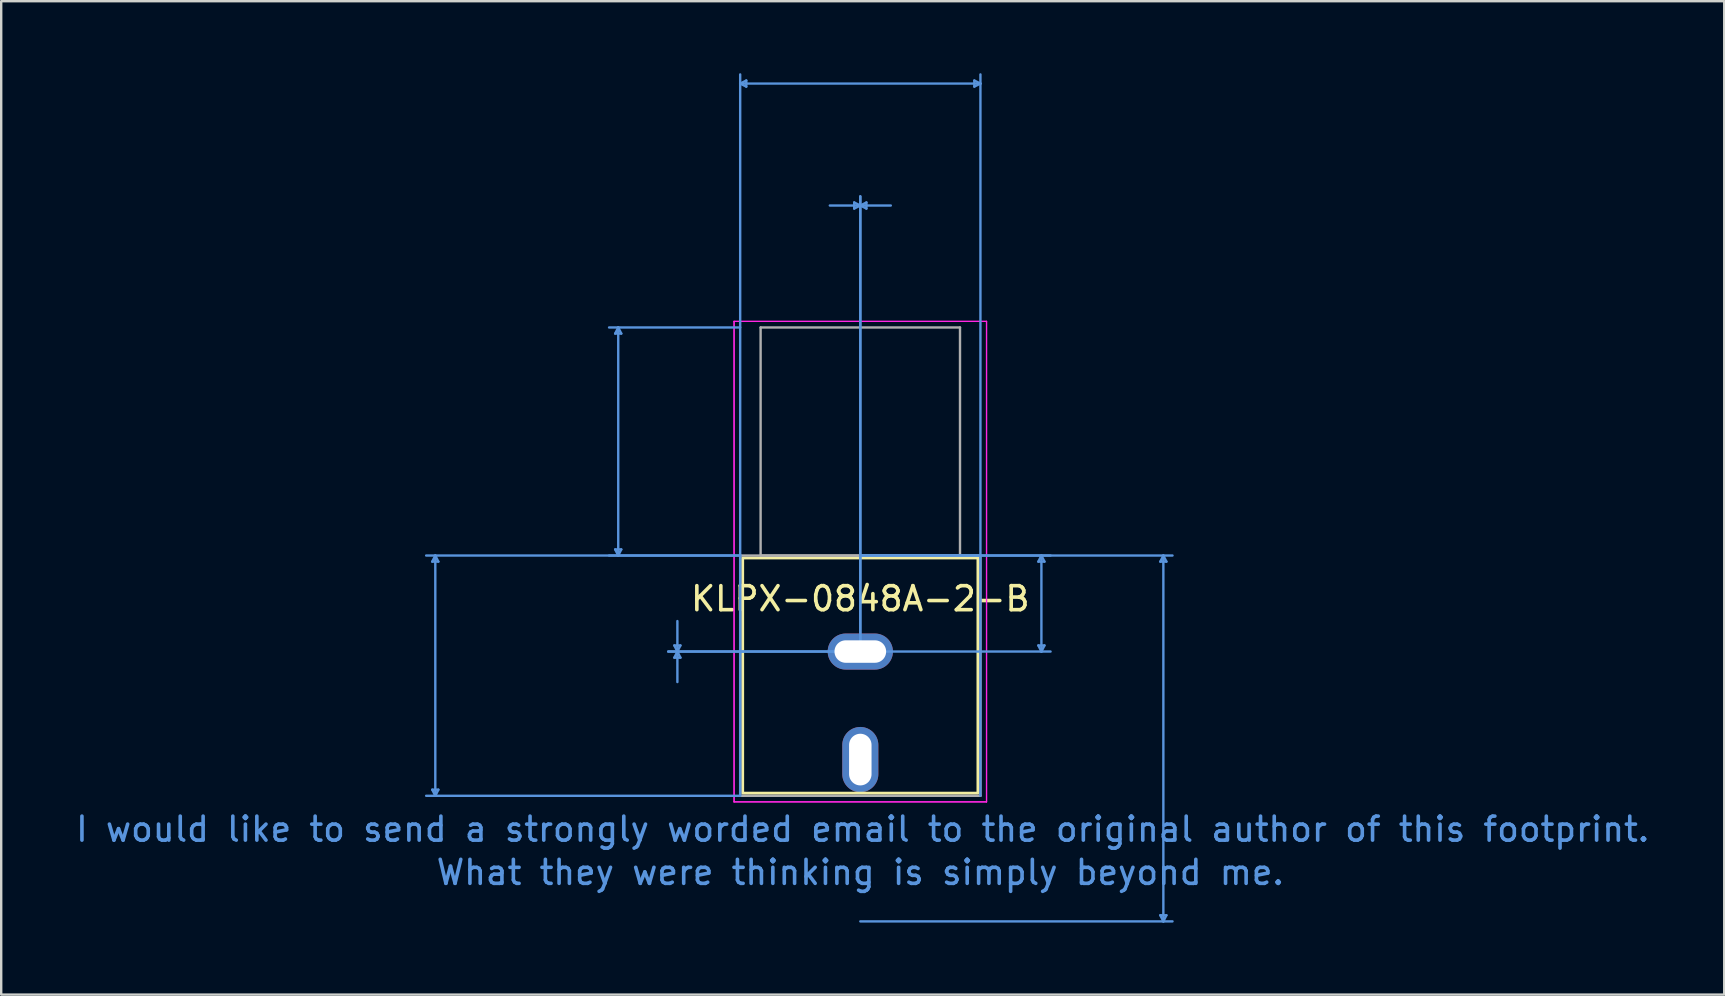
<source format=kicad_pcb>
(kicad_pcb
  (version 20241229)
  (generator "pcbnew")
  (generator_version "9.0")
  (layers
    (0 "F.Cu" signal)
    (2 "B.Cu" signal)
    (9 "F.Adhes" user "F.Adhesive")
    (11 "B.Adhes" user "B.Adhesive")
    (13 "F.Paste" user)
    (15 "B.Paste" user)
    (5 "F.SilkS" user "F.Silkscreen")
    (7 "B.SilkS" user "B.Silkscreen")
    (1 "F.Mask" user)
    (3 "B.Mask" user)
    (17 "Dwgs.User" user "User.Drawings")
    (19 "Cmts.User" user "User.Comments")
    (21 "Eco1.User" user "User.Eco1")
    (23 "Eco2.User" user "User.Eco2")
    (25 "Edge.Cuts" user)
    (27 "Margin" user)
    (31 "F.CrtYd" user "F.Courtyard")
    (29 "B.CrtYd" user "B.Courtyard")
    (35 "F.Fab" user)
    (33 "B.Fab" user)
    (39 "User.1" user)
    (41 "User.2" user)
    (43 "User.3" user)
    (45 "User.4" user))
  (footprint "KLPX-0848A-2-B"
    (layer "F.Cu")
    (at 32.787 24.091)
    (property "Reference" "KLPX-0848A-2-B" (at 0 -2.2 0) (layer "F.SilkS") (effects (font (size 1 1) (thickness 0.15))))
    (attr through_hole)
    (fp_rect (start -4.9 -3.9) (end 4.9 5.9) (stroke (width 0.12) (type solid)) (fill no) (layer "F.SilkS"))
    (fp_line (start -17.831 -3.746) (end -17.577 -3.746) (stroke (width 0.1) (type solid)) (layer "Cmts.User"))
    (fp_line (start -17.831 5.754) (end -17.577 5.754) (stroke (width 0.1) (type solid)) (layer "Cmts.User"))
    (fp_line (start -17.704 -4) (end -17.831 -3.746) (stroke (width 0.1) (type solid)) (layer "Cmts.User"))
    (fp_line (start -17.704 -4) (end -17.704 6.008) (stroke (width 0.1) (type solid)) (layer "Cmts.User"))
    (fp_line (start -17.704 -4) (end -17.577 -3.746) (stroke (width 0.1) (type solid)) (layer "Cmts.User"))
    (fp_line (start -17.704 6.008) (end -17.831 5.754) (stroke (width 0.1) (type solid)) (layer "Cmts.User"))
    (fp_line (start -17.704 6.008) (end -17.577 5.754) (stroke (width 0.1) (type solid)) (layer "Cmts.User"))
    (fp_line (start -10.211 -13.246) (end -9.957 -13.246) (stroke (width 0.1) (type solid)) (layer "Cmts.User"))
    (fp_line (start -10.211 -4.254) (end -9.957 -4.254) (stroke (width 0.1) (type solid)) (layer "Cmts.User"))
    (fp_line (start -10.084 -13.5) (end -10.211 -13.246) (stroke (width 0.1) (type solid)) (layer "Cmts.User"))
    (fp_line (start -10.084 -13.5) (end -10.084 -4) (stroke (width 0.1) (type solid)) (layer "Cmts.User"))
    (fp_line (start -10.084 -13.5) (end -9.957 -13.246) (stroke (width 0.1) (type solid)) (layer "Cmts.User"))
    (fp_line (start -10.084 -4) (end -10.211 -4.254) (stroke (width 0.1) (type solid)) (layer "Cmts.User"))
    (fp_line (start -10.084 -4) (end -9.957 -4.254) (stroke (width 0.1) (type solid)) (layer "Cmts.User"))
    (fp_line (start -7.747 -0.254) (end -7.493 -0.254) (stroke (width 0.1) (type solid)) (layer "Cmts.User"))
    (fp_line (start -7.747 0.254) (end -7.493 0.254) (stroke (width 0.1) (type solid)) (layer "Cmts.User"))
    (fp_line (start -7.62 0) (end -7.747 -0.254) (stroke (width 0.1) (type solid)) (layer "Cmts.User"))
    (fp_line (start -7.62 0) (end -7.747 0.254) (stroke (width 0.1) (type solid)) (layer "Cmts.User"))
    (fp_line (start -7.62 0) (end -7.62 -1.27) (stroke (width 0.1) (type solid)) (layer "Cmts.User"))
    (fp_line (start -7.62 0) (end -7.62 1.27) (stroke (width 0.1) (type solid)) (layer "Cmts.User"))
    (fp_line (start -7.62 0) (end -7.493 -0.254) (stroke (width 0.1) (type solid)) (layer "Cmts.User"))
    (fp_line (start -7.62 0) (end -7.493 0.254) (stroke (width 0.1) (type solid)) (layer "Cmts.User"))
    (fp_line (start -5.004 -23.66) (end -4.75 -23.787) (stroke (width 0.1) (type solid)) (layer "Cmts.User"))
    (fp_line (start -5.004 -23.66) (end -4.75 -23.533) (stroke (width 0.1) (type solid)) (layer "Cmts.User"))
    (fp_line (start -5.004 -23.66) (end 5.004 -23.66) (stroke (width 0.1) (type solid)) (layer "Cmts.User"))
    (fp_line (start -5.004 -13.5) (end -10.465 -13.5) (stroke (width 0.1) (type solid)) (layer "Cmts.User"))
    (fp_line (start -5.004 -4) (end -18.085 -4) (stroke (width 0.1) (type solid)) (layer "Cmts.User"))
    (fp_line (start -5.004 -4) (end -10.465 -4) (stroke (width 0.1) (type solid)) (layer "Cmts.User"))
    (fp_line (start -5.004 6.008) (end -18.085 6.008) (stroke (width 0.1) (type solid)) (layer "Cmts.User"))
    (fp_line (start -5.004 6.008) (end -5.004 -24.041) (stroke (width 0.1) (type solid)) (layer "Cmts.User"))
    (fp_line (start -4.75 -23.787) (end -4.75 -23.533) (stroke (width 0.1) (type solid)) (layer "Cmts.User"))
    (fp_line (start -0.254 -18.707) (end -0.254 -18.453) (stroke (width 0.1) (type solid)) (layer "Cmts.User"))
    (fp_line (start 0 -18.58) (end -1.27 -18.58) (stroke (width 0.1) (type solid)) (layer "Cmts.User"))
    (fp_line (start 0 -18.58) (end -0.254 -18.707) (stroke (width 0.1) (type solid)) (layer "Cmts.User"))
    (fp_line (start 0 -18.58) (end -0.254 -18.453) (stroke (width 0.1) (type solid)) (layer "Cmts.User"))
    (fp_line (start 0 -18.58) (end 0.254 -18.707) (stroke (width 0.1) (type solid)) (layer "Cmts.User"))
    (fp_line (start 0 -18.58) (end 0.254 -18.453) (stroke (width 0.1) (type solid)) (layer "Cmts.User"))
    (fp_line (start 0 -18.58) (end 1.27 -18.58) (stroke (width 0.1) (type solid)) (layer "Cmts.User"))
    (fp_line (start 0 -4) (end 7.925 -4) (stroke (width 0.1) (type solid)) (layer "Cmts.User"))
    (fp_line (start 0 -4) (end 13.005 -4) (stroke (width 0.1) (type solid)) (layer "Cmts.User"))
    (fp_line (start 0 0) (end -8.001 0) (stroke (width 0.1) (type solid)) (layer "Cmts.User"))
    (fp_line (start 0 0) (end -8.001 0) (stroke (width 0.1) (type solid)) (layer "Cmts.User"))
    (fp_line (start 0 0) (end 0 -18.961) (stroke (width 0.1) (type solid)) (layer "Cmts.User"))
    (fp_line (start 0 0) (end 0 -18.961) (stroke (width 0.1) (type solid)) (layer "Cmts.User"))
    (fp_line (start 0 0) (end 7.925 0) (stroke (width 0.1) (type solid)) (layer "Cmts.User"))
    (fp_line (start 0 11.24) (end 13.005 11.24) (stroke (width 0.1) (type solid)) (layer "Cmts.User"))
    (fp_line (start 0.254 -18.707) (end 0.254 -18.453) (stroke (width 0.1) (type solid)) (layer "Cmts.User"))
    (fp_line (start 4.75 -23.787) (end 4.75 -23.533) (stroke (width 0.1) (type solid)) (layer "Cmts.User"))
    (fp_line (start 5.004 -23.66) (end 4.75 -23.787) (stroke (width 0.1) (type solid)) (layer "Cmts.User"))
    (fp_line (start 5.004 -23.66) (end 4.75 -23.533) (stroke (width 0.1) (type solid)) (layer "Cmts.User"))
    (fp_line (start 5.004 6.008) (end 5.004 -24.041) (stroke (width 0.1) (type solid)) (layer "Cmts.User"))
    (fp_line (start 7.417 -3.746) (end 7.671 -3.746) (stroke (width 0.1) (type solid)) (layer "Cmts.User"))
    (fp_line (start 7.417 -0.254) (end 7.671 -0.254) (stroke (width 0.1) (type solid)) (layer "Cmts.User"))
    (fp_line (start 7.544 -4) (end 7.417 -3.746) (stroke (width 0.1) (type solid)) (layer "Cmts.User"))
    (fp_line (start 7.544 -4) (end 7.544 0) (stroke (width 0.1) (type solid)) (layer "Cmts.User"))
    (fp_line (start 7.544 -4) (end 7.671 -3.746) (stroke (width 0.1) (type solid)) (layer "Cmts.User"))
    (fp_line (start 7.544 0) (end 7.417 -0.254) (stroke (width 0.1) (type solid)) (layer "Cmts.User"))
    (fp_line (start 7.544 0) (end 7.671 -0.254) (stroke (width 0.1) (type solid)) (layer "Cmts.User"))
    (fp_line (start 12.497 -3.746) (end 12.751 -3.746) (stroke (width 0.1) (type solid)) (layer "Cmts.User"))
    (fp_line (start 12.497 10.986) (end 12.751 10.986) (stroke (width 0.1) (type solid)) (layer "Cmts.User"))
    (fp_line (start 12.624 -4) (end 12.497 -3.746) (stroke (width 0.1) (type solid)) (layer "Cmts.User"))
    (fp_line (start 12.624 -4) (end 12.624 11.24) (stroke (width 0.1) (type solid)) (layer "Cmts.User"))
    (fp_line (start 12.624 -4) (end 12.751 -3.746) (stroke (width 0.1) (type solid)) (layer "Cmts.User"))
    (fp_line (start 12.624 11.24) (end 12.497 10.986) (stroke (width 0.1) (type solid)) (layer "Cmts.User"))
    (fp_line (start 12.624 11.24) (end 12.751 10.986) (stroke (width 0.1) (type solid)) (layer "Cmts.User"))
    (fp_line (start -5.258 -13.754) (end -5.258 6.262) (stroke (width 0.05) (type solid)) (layer "F.CrtYd"))
    (fp_line (start -5.258 -13.754) (end -5.258 6.262) (stroke (width 0.05) (type solid)) (layer "F.CrtYd"))
    (fp_line (start -5.258 6.262) (end 5.258 6.262) (stroke (width 0.05) (type solid)) (layer "F.CrtYd"))
    (fp_line (start -5.258 6.262) (end 5.258 6.262) (stroke (width 0.05) (type solid)) (layer "F.CrtYd"))
    (fp_line (start 5.258 -13.754) (end -5.258 -13.754) (stroke (width 0.05) (type solid)) (layer "F.CrtYd"))
    (fp_line (start 5.258 -13.754) (end -5.258 -13.754) (stroke (width 0.05) (type solid)) (layer "F.CrtYd"))
    (fp_line (start 5.258 6.262) (end 5.258 -13.754) (stroke (width 0.05) (type solid)) (layer "F.CrtYd"))
    (fp_line (start 5.258 6.262) (end 5.258 -13.754) (stroke (width 0.05) (type solid)) (layer "F.CrtYd"))
    (fp_line (start -5.004 -4) (end -5.004 6.008) (stroke (width 0.1) (type solid)) (layer "F.Fab"))
    (fp_line (start -5.004 6.008) (end 5.004 6.008) (stroke (width 0.1) (type solid)) (layer "F.Fab"))
    (fp_line (start -4.153 -13.5) (end -4.153 -4) (stroke (width 0.1) (type solid)) (layer "F.Fab"))
    (fp_line (start -4.153 -4) (end 4.153 -4) (stroke (width 0.1) (type solid)) (layer "F.Fab"))
    (fp_line (start 4.153 -13.5) (end -4.153 -13.5) (stroke (width 0.1) (type solid)) (layer "F.Fab"))
    (fp_line (start 4.153 -4) (end 4.153 -13.5) (stroke (width 0.1) (type solid)) (layer "F.Fab"))
    (fp_line (start 5.004 -4) (end -5.004 -4) (stroke (width 0.1) (type solid)) (layer "F.Fab"))
    (fp_line (start 5.004 6.008) (end 5.004 -4) (stroke (width 0.1) (type solid)) (layer "F.Fab"))
    (fp_text user "Copyright 2021 Accelerated Designs. All rights reserved." (at 0 0 0) (layer "Cmts.User") (effects (font (size 0.127 0.127) (thickness 0.002))))
    (fp_text user "What they were thinking is simply beyond me." (at 0 9.2 0) (unlocked yes) (layer "Cmts.User") (effects (font (size 1 1) (thickness 0.15))))
    (fp_text user "I would like to send a strongly worded email to the original author of this footprint." (at 0.1 7.4 0) (unlocked yes) (layer "Cmts.User") (effects (font (size 1 1) (thickness 0.15))))
    (pad "1" thru_hole oval (at 0 4.5) (size 1.502 2.718) (drill oval 0.936 2.152) (layers "*.Cu" "*.Mask"))
    (pad "2" thru_hole oval (at 0 0) (size 2.718 1.502) (drill oval 2.152 0.936) (layers "*.Cu" "*.Mask")))
  (gr_rect
    (start -3 -3)
    (end 68.774 38.381)
    (stroke (width 0.1) (type default))
    (fill no)
    (layer "Edge.Cuts")))
</source>
